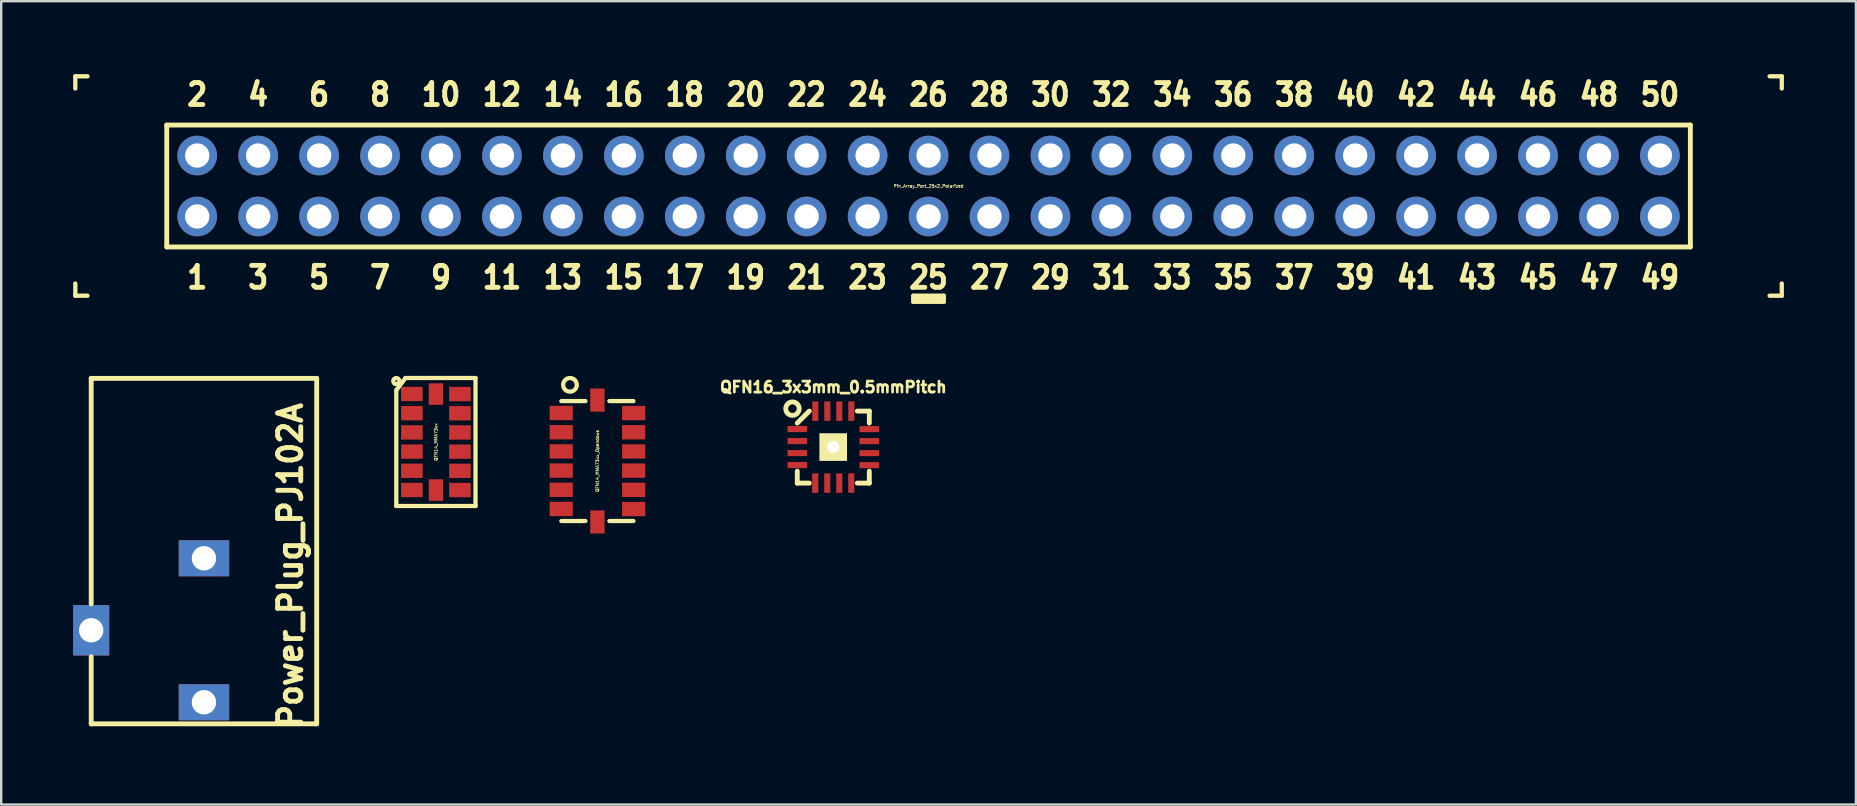
<source format=kicad_pcb>
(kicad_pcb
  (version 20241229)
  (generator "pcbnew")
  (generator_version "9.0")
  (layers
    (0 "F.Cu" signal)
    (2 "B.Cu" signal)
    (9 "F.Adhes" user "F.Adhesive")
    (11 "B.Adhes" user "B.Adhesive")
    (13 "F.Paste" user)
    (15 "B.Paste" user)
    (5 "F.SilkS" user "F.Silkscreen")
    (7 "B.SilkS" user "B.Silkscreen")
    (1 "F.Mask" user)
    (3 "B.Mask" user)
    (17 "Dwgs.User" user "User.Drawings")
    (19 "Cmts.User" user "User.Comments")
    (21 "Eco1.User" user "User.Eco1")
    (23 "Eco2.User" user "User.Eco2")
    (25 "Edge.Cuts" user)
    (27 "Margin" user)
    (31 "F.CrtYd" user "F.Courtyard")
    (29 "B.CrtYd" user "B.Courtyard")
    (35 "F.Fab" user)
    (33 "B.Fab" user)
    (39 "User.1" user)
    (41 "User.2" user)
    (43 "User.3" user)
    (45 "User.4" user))
  (footprint "Pin_Array_Port_25x2_Polarized"
    (layer "F.Cu")
    (at 35.649 4.702)
    (property "Reference" "Pin_Array_Port_25x2_Polarized" (at 0 0 0) (layer "F.SilkS") (effects (font (size 0.127 0.127) (thickness 0.025))))
    (attr through_hole)
    (fp_line (start -35.56 -4.572) (end -35.56 -4.064) (stroke (width 0.178) (type solid)) (layer "F.SilkS"))
    (fp_line (start -35.56 -4.572) (end -35.052 -4.572) (stroke (width 0.178) (type solid)) (layer "F.SilkS"))
    (fp_line (start -35.56 4.572) (end -35.56 4.064) (stroke (width 0.178) (type solid)) (layer "F.SilkS"))
    (fp_line (start -35.56 4.572) (end -35.052 4.572) (stroke (width 0.178) (type solid)) (layer "F.SilkS"))
    (fp_line (start -31.75 -2.54) (end 31.75 -2.54) (stroke (width 0.203) (type solid)) (layer "F.SilkS"))
    (fp_line (start -31.75 2.54) (end -31.75 -2.54) (stroke (width 0.203) (type solid)) (layer "F.SilkS"))
    (fp_line (start -0.635 4.572) (end 0.635 4.572) (stroke (width 0.178) (type solid)) (layer "F.SilkS"))
    (fp_line (start -0.635 4.699) (end 0.635 4.699) (stroke (width 0.178) (type solid)) (layer "F.SilkS"))
    (fp_line (start -0.635 4.826) (end -0.635 4.572) (stroke (width 0.178) (type solid)) (layer "F.SilkS"))
    (fp_line (start 0.635 4.572) (end 0.635 4.826) (stroke (width 0.178) (type solid)) (layer "F.SilkS"))
    (fp_line (start 0.635 4.826) (end -0.635 4.826) (stroke (width 0.178) (type solid)) (layer "F.SilkS"))
    (fp_line (start 31.75 -2.54) (end 31.75 2.54) (stroke (width 0.203) (type solid)) (layer "F.SilkS"))
    (fp_line (start 31.75 2.54) (end -31.75 2.54) (stroke (width 0.203) (type solid)) (layer "F.SilkS"))
    (fp_line (start 35.56 -4.572) (end 35.052 -4.572) (stroke (width 0.178) (type solid)) (layer "F.SilkS"))
    (fp_line (start 35.56 -4.572) (end 35.56 -4.064) (stroke (width 0.178) (type solid)) (layer "F.SilkS"))
    (fp_line (start 35.56 4.572) (end 35.052 4.572) (stroke (width 0.178) (type solid)) (layer "F.SilkS"))
    (fp_line (start 35.56 4.572) (end 35.56 4.064) (stroke (width 0.178) (type solid)) (layer "F.SilkS"))
    (fp_text user "24" (at -2.54 -3.81 0) (layer "F.SilkS") (effects (font (size 0.914 0.813) (thickness 0.203))))
    (fp_text user "45" (at 25.4 3.81 0) (layer "F.SilkS") (effects (font (size 0.914 0.813) (thickness 0.203))))
    (fp_text user "9" (at -20.32 3.81 0) (layer "F.SilkS") (effects (font (size 0.914 0.813) (thickness 0.203))))
    (fp_text user "5" (at -25.4 3.81 0) (layer "F.SilkS") (effects (font (size 0.914 0.813) (thickness 0.203))))
    (fp_text user "47" (at 27.94 3.81 0) (layer "F.SilkS") (effects (font (size 0.914 0.813) (thickness 0.203))))
    (fp_text user "16" (at -12.7 -3.81 0) (layer "F.SilkS") (effects (font (size 0.914 0.813) (thickness 0.203))))
    (fp_text user "41" (at 20.32 3.81 0) (layer "F.SilkS") (effects (font (size 0.914 0.813) (thickness 0.203))))
    (fp_text user "13" (at -15.24 3.81 0) (layer "F.SilkS") (effects (font (size 0.914 0.813) (thickness 0.203))))
    (fp_text user "12" (at -17.78 -3.81 0) (layer "F.SilkS") (effects (font (size 0.914 0.813) (thickness 0.203))))
    (fp_text user "27" (at 2.54 3.81 0) (layer "F.SilkS") (effects (font (size 0.914 0.813) (thickness 0.203))))
    (fp_text user "26" (at 0 -3.81 0) (layer "F.SilkS") (effects (font (size 0.914 0.813) (thickness 0.203))))
    (fp_text user "34" (at 10.16 -3.81 0) (layer "F.SilkS") (effects (font (size 0.914 0.813) (thickness 0.203))))
    (fp_text user "33" (at 10.16 3.81 0) (layer "F.SilkS") (effects (font (size 0.914 0.813) (thickness 0.203))))
    (fp_text user "42" (at 20.32 -3.81 0) (layer "F.SilkS") (effects (font (size 0.914 0.813) (thickness 0.203))))
    (fp_text user "22" (at -5.08 -3.81 0) (layer "F.SilkS") (effects (font (size 0.914 0.813) (thickness 0.203))))
    (fp_text user "39" (at 17.78 3.81 0) (layer "F.SilkS") (effects (font (size 0.914 0.813) (thickness 0.203))))
    (fp_text user "44" (at 22.86 -3.81 0) (layer "F.SilkS") (effects (font (size 0.914 0.813) (thickness 0.203))))
    (fp_text user "37" (at 15.24 3.81 0) (layer "F.SilkS") (effects (font (size 0.914 0.813) (thickness 0.203))))
    (fp_text user "6" (at -25.4 -3.81 0) (layer "F.SilkS") (effects (font (size 0.914 0.813) (thickness 0.203))))
    (fp_text user "8" (at -22.86 -3.81 0) (layer "F.SilkS") (effects (font (size 0.914 0.813) (thickness 0.203))))
    (fp_text user "14" (at -15.24 -3.81 0) (layer "F.SilkS") (effects (font (size 0.914 0.813) (thickness 0.203))))
    (fp_text user "23" (at -2.54 3.81 0) (layer "F.SilkS") (effects (font (size 0.914 0.813) (thickness 0.203))))
    (fp_text user "29" (at 5.08 3.81 0) (layer "F.SilkS") (effects (font (size 0.914 0.813) (thickness 0.203))))
    (fp_text user "35" (at 12.7 3.81 0) (layer "F.SilkS") (effects (font (size 0.914 0.813) (thickness 0.203))))
    (fp_text user "20" (at -7.62 -3.81 0) (layer "F.SilkS") (effects (font (size 0.914 0.813) (thickness 0.203))))
    (fp_text user "48" (at 27.94 -3.81 0) (layer "F.SilkS") (effects (font (size 0.914 0.813) (thickness 0.203))))
    (fp_text user "21" (at -5.08 3.81 0) (layer "F.SilkS") (effects (font (size 0.914 0.813) (thickness 0.203))))
    (fp_text user "7" (at -22.86 3.81 0) (layer "F.SilkS") (effects (font (size 0.914 0.813) (thickness 0.203))))
    (fp_text user "46" (at 25.4 -3.81 0) (layer "F.SilkS") (effects (font (size 0.914 0.813) (thickness 0.203))))
    (fp_text user "36" (at 12.7 -3.81 0) (layer "F.SilkS") (effects (font (size 0.914 0.813) (thickness 0.203))))
    (fp_text user "38" (at 15.24 -3.81 0) (layer "F.SilkS") (effects (font (size 0.914 0.813) (thickness 0.203))))
    (fp_text user "28" (at 2.54 -3.81 0) (layer "F.SilkS") (effects (font (size 0.914 0.813) (thickness 0.203))))
    (fp_text user "18" (at -10.16 -3.81 0) (layer "F.SilkS") (effects (font (size 0.914 0.813) (thickness 0.203))))
    (fp_text user "3" (at -27.94 3.81 0) (layer "F.SilkS") (effects (font (size 0.914 0.813) (thickness 0.203))))
    (fp_text user "17" (at -10.16 3.81 0) (layer "F.SilkS") (effects (font (size 0.914 0.813) (thickness 0.203))))
    (fp_text user "19" (at -7.62 3.81 0) (layer "F.SilkS") (effects (font (size 0.914 0.813) (thickness 0.203))))
    (fp_text user "40" (at 17.78 -3.81 0) (layer "F.SilkS") (effects (font (size 0.914 0.813) (thickness 0.203))))
    (fp_text user "15" (at -12.7 3.81 0) (layer "F.SilkS") (effects (font (size 0.914 0.813) (thickness 0.203))))
    (fp_text user "49" (at 30.48 3.81 0) (layer "F.SilkS") (effects (font (size 0.914 0.813) (thickness 0.203))))
    (fp_text user "31" (at 7.62 3.81 0) (layer "F.SilkS") (effects (font (size 0.914 0.813) (thickness 0.203))))
    (fp_text user "32" (at 7.62 -3.81 0) (layer "F.SilkS") (effects (font (size 0.914 0.813) (thickness 0.203))))
    (fp_text user "1" (at -30.48 3.81 0) (layer "F.SilkS") (effects (font (size 0.914 0.813) (thickness 0.203))))
    (fp_text user "50" (at 30.48 -3.81 0) (layer "F.SilkS") (effects (font (size 0.914 0.813) (thickness 0.203))))
    (fp_text user "25" (at 0 3.81 0) (layer "F.SilkS") (effects (font (size 0.914 0.813) (thickness 0.203))))
    (fp_text user "10" (at -20.32 -3.81 0) (layer "F.SilkS") (effects (font (size 0.914 0.813) (thickness 0.203))))
    (fp_text user "11" (at -17.78 3.81 0) (layer "F.SilkS") (effects (font (size 0.914 0.813) (thickness 0.203))))
    (fp_text user "4" (at -27.94 -3.81 0) (layer "F.SilkS") (effects (font (size 0.914 0.813) (thickness 0.203))))
    (fp_text user "2" (at -30.48 -3.81 0) (layer "F.SilkS") (effects (font (size 0.914 0.813) (thickness 0.203))))
    (fp_text user "30" (at 5.08 -3.81 0) (layer "F.SilkS") (effects (font (size 0.914 0.813) (thickness 0.203))))
    (fp_text user "43" (at 22.86 3.81 0) (layer "F.SilkS") (effects (font (size 0.914 0.813) (thickness 0.203))))
    (pad "1" thru_hole circle (at -30.48 1.27) (size 1.651 1.651) (drill 1.016) (layers "*.Cu" "*.Mask"))
    (pad "2" thru_hole circle (at -30.48 -1.27) (size 1.651 1.651) (drill 1.016) (layers "*.Cu" "*.Mask"))
    (pad "3" thru_hole circle (at -27.94 1.27) (size 1.651 1.651) (drill 1.016) (layers "*.Cu" "*.Mask"))
    (pad "4" thru_hole circle (at -27.94 -1.27) (size 1.651 1.651) (drill 1.016) (layers "*.Cu" "*.Mask"))
    (pad "5" thru_hole circle (at -25.4 1.27) (size 1.651 1.651) (drill 1.016) (layers "*.Cu" "*.Mask"))
    (pad "6" thru_hole circle (at -25.4 -1.27) (size 1.651 1.651) (drill 1.016) (layers "*.Cu" "*.Mask"))
    (pad "7" thru_hole circle (at -22.86 1.27) (size 1.651 1.651) (drill 1.016) (layers "*.Cu" "*.Mask"))
    (pad "8" thru_hole circle (at -22.86 -1.27) (size 1.651 1.651) (drill 1.016) (layers "*.Cu" "*.Mask"))
    (pad "9" thru_hole circle (at -20.32 1.27) (size 1.651 1.651) (drill 1.016) (layers "*.Cu" "*.Mask"))
    (pad "10" thru_hole circle (at -20.32 -1.27) (size 1.651 1.651) (drill 1.016) (layers "*.Cu" "*.Mask"))
    (pad "11" thru_hole circle (at -17.78 1.27) (size 1.651 1.651) (drill 1.016) (layers "*.Cu" "*.Mask"))
    (pad "12" thru_hole circle (at -17.78 -1.27) (size 1.651 1.651) (drill 1.016) (layers "*.Cu" "*.Mask"))
    (pad "13" thru_hole circle (at -15.24 1.27) (size 1.651 1.651) (drill 1.016) (layers "*.Cu" "*.Mask"))
    (pad "14" thru_hole circle (at -15.24 -1.27) (size 1.651 1.651) (drill 1.016) (layers "*.Cu" "*.Mask"))
    (pad "15" thru_hole circle (at -12.7 1.27) (size 1.651 1.651) (drill 1.016) (layers "*.Cu" "*.Mask"))
    (pad "16" thru_hole circle (at -12.7 -1.27) (size 1.651 1.651) (drill 1.016) (layers "*.Cu" "*.Mask"))
    (pad "17" thru_hole circle (at -10.16 1.27) (size 1.651 1.651) (drill 1.016) (layers "*.Cu" "*.Mask"))
    (pad "18" thru_hole circle (at -10.16 -1.27) (size 1.651 1.651) (drill 1.016) (layers "*.Cu" "*.Mask"))
    (pad "19" thru_hole circle (at -7.62 1.27) (size 1.651 1.651) (drill 1.016) (layers "*.Cu" "*.Mask"))
    (pad "20" thru_hole circle (at -7.62 -1.27) (size 1.651 1.651) (drill 1.016) (layers "*.Cu" "*.Mask"))
    (pad "21" thru_hole circle (at -5.08 1.27) (size 1.651 1.651) (drill 1.016) (layers "*.Cu" "*.Mask"))
    (pad "22" thru_hole circle (at -5.08 -1.27) (size 1.651 1.651) (drill 1.016) (layers "*.Cu" "*.Mask"))
    (pad "23" thru_hole circle (at -2.54 1.27) (size 1.651 1.651) (drill 1.016) (layers "*.Cu" "*.Mask"))
    (pad "24" thru_hole circle (at -2.54 -1.27) (size 1.651 1.651) (drill 1.016) (layers "*.Cu" "*.Mask"))
    (pad "25" thru_hole circle (at 0 1.27) (size 1.651 1.651) (drill 1.016) (layers "*.Cu" "*.Mask"))
    (pad "26" thru_hole circle (at 0 -1.27) (size 1.651 1.651) (drill 1.016) (layers "*.Cu" "*.Mask"))
    (pad "27" thru_hole circle (at 2.54 1.27) (size 1.651 1.651) (drill 1.016) (layers "*.Cu" "*.Mask"))
    (pad "28" thru_hole circle (at 2.54 -1.27) (size 1.651 1.651) (drill 1.016) (layers "*.Cu" "*.Mask"))
    (pad "29" thru_hole circle (at 5.08 1.27) (size 1.651 1.651) (drill 1.016) (layers "*.Cu" "*.Mask"))
    (pad "30" thru_hole circle (at 5.08 -1.27) (size 1.651 1.651) (drill 1.016) (layers "*.Cu" "*.Mask"))
    (pad "31" thru_hole circle (at 7.62 1.27) (size 1.651 1.651) (drill 1.016) (layers "*.Cu" "*.Mask"))
    (pad "32" thru_hole circle (at 7.62 -1.27) (size 1.651 1.651) (drill 1.016) (layers "*.Cu" "*.Mask"))
    (pad "33" thru_hole circle (at 10.16 1.27) (size 1.651 1.651) (drill 1.016) (layers "*.Cu" "*.Mask"))
    (pad "34" thru_hole circle (at 10.16 -1.27) (size 1.651 1.651) (drill 1.016) (layers "*.Cu" "*.Mask"))
    (pad "35" thru_hole circle (at 12.7 1.27) (size 1.651 1.651) (drill 1.016) (layers "*.Cu" "*.Mask"))
    (pad "36" thru_hole circle (at 12.7 -1.27) (size 1.651 1.651) (drill 1.016) (layers "*.Cu" "*.Mask"))
    (pad "37" thru_hole circle (at 15.24 1.27) (size 1.651 1.651) (drill 1.016) (layers "*.Cu" "*.Mask"))
    (pad "38" thru_hole circle (at 15.24 -1.27) (size 1.651 1.651) (drill 1.016) (layers "*.Cu" "*.Mask"))
    (pad "39" thru_hole circle (at 17.78 1.27) (size 1.651 1.651) (drill 1.016) (layers "*.Cu" "*.Mask"))
    (pad "40" thru_hole circle (at 17.78 -1.27) (size 1.651 1.651) (drill 1.016) (layers "*.Cu" "*.Mask"))
    (pad "41" thru_hole circle (at 20.32 1.27) (size 1.651 1.651) (drill 1.016) (layers "*.Cu" "*.Mask"))
    (pad "42" thru_hole circle (at 20.32 -1.27) (size 1.651 1.651) (drill 1.016) (layers "*.Cu" "*.Mask"))
    (pad "43" thru_hole circle (at 22.86 1.27) (size 1.651 1.651) (drill 1.016) (layers "*.Cu" "*.Mask"))
    (pad "44" thru_hole circle (at 22.86 -1.27) (size 1.651 1.651) (drill 1.016) (layers "*.Cu" "*.Mask"))
    (pad "45" thru_hole circle (at 25.4 1.27) (size 1.651 1.651) (drill 1.016) (layers "*.Cu" "*.Mask"))
    (pad "46" thru_hole circle (at 25.4 -1.27) (size 1.651 1.651) (drill 1.016) (layers "*.Cu" "*.Mask"))
    (pad "47" thru_hole circle (at 27.94 1.27) (size 1.651 1.651) (drill 1.016) (layers "*.Cu" "*.Mask"))
    (pad "48" thru_hole circle (at 27.94 -1.27) (size 1.651 1.651) (drill 1.016) (layers "*.Cu" "*.Mask"))
    (pad "49" thru_hole circle (at 30.48 1.27) (size 1.651 1.651) (drill 1.016) (layers "*.Cu" "*.Mask"))
    (pad "50" thru_hole circle (at 30.48 -1.27) (size 1.651 1.651) (drill 1.016) (layers "*.Cu" "*.Mask")))
  (footprint "QFN16_3x3mm_0.5mmPitch"
    (layer "F.Cu")
    (at 31.679 15.584)
    (property "Reference" "QFN16_3x3mm_0.5mmPitch" (at 0 -2.499 0) (layer "F.SilkS") (effects (font (size 0.457 0.457) (thickness 0.114))))
    (attr smd)
    (fp_line (start -1.501 1.501) (end -1.501 1.001) (stroke (width 0.203) (type solid)) (layer "F.SilkS"))
    (fp_line (start -1.501 1.501) (end -1.001 1.501) (stroke (width 0.203) (type solid)) (layer "F.SilkS"))
    (fp_line (start -1.001 -1.501) (end -1.501 -1.001) (stroke (width 0.203) (type solid)) (layer "F.SilkS"))
    (fp_line (start 1.501 -1.501) (end 1.001 -1.501) (stroke (width 0.203) (type solid)) (layer "F.SilkS"))
    (fp_line (start 1.501 -1.501) (end 1.501 -1.001) (stroke (width 0.203) (type solid)) (layer "F.SilkS"))
    (fp_line (start 1.501 1.501) (end 1.001 1.501) (stroke (width 0.203) (type solid)) (layer "F.SilkS"))
    (fp_line (start 1.501 1.501) (end 1.501 1.001) (stroke (width 0.203) (type solid)) (layer "F.SilkS"))
    (fp_circle (center -1.702 -1.603) (end -1.9 -1.801) (stroke (width 0.203) (type solid)) (fill no) (layer "F.SilkS"))
    (pad "1" smd rect (at -1.499 -0.752 90) (size 0.254 0.813) (layers "F.Cu" "F.Mask" "F.Paste"))
    (pad "2" smd rect (at -1.499 -0.251 90) (size 0.254 0.813) (layers "F.Cu" "F.Mask" "F.Paste"))
    (pad "3" smd rect (at -1.499 0.249 90) (size 0.254 0.813) (layers "F.Cu" "F.Mask" "F.Paste"))
    (pad "4" smd rect (at -1.499 0.749 90) (size 0.254 0.813) (layers "F.Cu" "F.Mask" "F.Paste"))
    (pad "5" smd rect (at -0.752 1.499) (size 0.254 0.813) (layers "F.Cu" "F.Mask" "F.Paste"))
    (pad "6" smd rect (at -0.251 1.499) (size 0.254 0.813) (layers "F.Cu" "F.Mask" "F.Paste"))
    (pad "7" smd rect (at 0.249 1.499) (size 0.254 0.813) (layers "F.Cu" "F.Mask" "F.Paste"))
    (pad "8" smd rect (at 0.749 1.499) (size 0.254 0.813) (layers "F.Cu" "F.Mask" "F.Paste"))
    (pad "9" smd rect (at 1.499 0.752 270) (size 0.254 0.813) (layers "F.Cu" "F.Mask" "F.Paste"))
    (pad "10" smd rect (at 1.499 0.251 270) (size 0.254 0.813) (layers "F.Cu" "F.Mask" "F.Paste"))
    (pad "11" smd rect (at 1.499 -0.249 270) (size 0.254 0.813) (layers "F.Cu" "F.Mask" "F.Paste"))
    (pad "12" smd rect (at 1.499 -0.749 270) (size 0.254 0.813) (layers "F.Cu" "F.Mask" "F.Paste"))
    (pad "13" smd rect (at 0.752 -1.499) (size 0.254 0.813) (layers "F.Cu" "F.Mask" "F.Paste"))
    (pad "14" smd rect (at 0.251 -1.499) (size 0.254 0.813) (layers "F.Cu" "F.Mask" "F.Paste"))
    (pad "15" smd rect (at -0.249 -1.499) (size 0.254 0.813) (layers "F.Cu" "F.Mask" "F.Paste"))
    (pad "16" smd rect (at -0.749 -1.499) (size 0.254 0.813) (layers "F.Cu" "F.Mask" "F.Paste"))
    (pad "17" thru_hole rect (at 0 0) (size 1.143 1.143) (drill 0.508) (layers "*.Cu" "*.Mask" "F.SilkS")))
  (footprint "QFN14_MMA73xx_Opendous"
    (layer "F.Cu")
    (at 21.848 16.164)
    (property "Reference" "QFN14_MMA73xx_Opendous" (at 0 0 90) (layer "F.SilkS") (effects (font (size 0.127 0.127) (thickness 0.025))))
    (attr smd)
    (fp_line (start -0.5 -2.499) (end -1.501 -2.499) (stroke (width 0.178) (type solid)) (layer "F.SilkS"))
    (fp_line (start -0.5 2.499) (end -1.501 2.499) (stroke (width 0.178) (type solid)) (layer "F.SilkS"))
    (fp_line (start 1.501 -2.499) (end 0.5 -2.499) (stroke (width 0.178) (type solid)) (layer "F.SilkS"))
    (fp_line (start 1.501 2.499) (end 0.5 2.499) (stroke (width 0.178) (type solid)) (layer "F.SilkS"))
    (fp_circle (center -1.143 -3.175) (end -1.27 -3.429) (stroke (width 0.178) (type solid)) (fill no) (layer "F.SilkS"))
    (pad "1" smd rect (at -1.509 -2.002 90) (size 0.599 0.965) (layers "F.Cu" "F.Mask" "F.Paste"))
    (pad "2" smd rect (at -1.509 -1.201 90) (size 0.599 0.965) (layers "F.Cu" "F.Mask" "F.Paste"))
    (pad "3" smd rect (at -1.509 -0.401 90) (size 0.599 0.965) (layers "F.Cu" "F.Mask" "F.Paste"))
    (pad "4" smd rect (at -1.509 0.399 90) (size 0.599 0.965) (layers "F.Cu" "F.Mask" "F.Paste"))
    (pad "5" smd rect (at -1.509 1.199 90) (size 0.599 0.965) (layers "F.Cu" "F.Mask" "F.Paste"))
    (pad "6" smd rect (at -1.509 1.999 90) (size 0.599 0.965) (layers "F.Cu" "F.Mask" "F.Paste"))
    (pad "7" smd rect (at 0 2.54) (size 0.599 0.965) (layers "F.Cu" "F.Mask" "F.Paste"))
    (pad "8" smd rect (at 1.509 2.002 270) (size 0.599 0.965) (layers "F.Cu" "F.Mask" "F.Paste"))
    (pad "9" smd rect (at 1.509 1.201 270) (size 0.599 0.965) (layers "F.Cu" "F.Mask" "F.Paste"))
    (pad "10" smd rect (at 1.509 0.401 270) (size 0.599 0.965) (layers "F.Cu" "F.Mask" "F.Paste"))
    (pad "11" smd rect (at 1.509 -0.399 270) (size 0.599 0.965) (layers "F.Cu" "F.Mask" "F.Paste"))
    (pad "12" smd rect (at 1.509 -1.199 270) (size 0.599 0.965) (layers "F.Cu" "F.Mask" "F.Paste"))
    (pad "13" smd rect (at 1.509 -1.999 270) (size 0.599 0.965) (layers "F.Cu" "F.Mask" "F.Paste"))
    (pad "14" smd rect (at 0 -2.54) (size 0.599 0.965) (layers "F.Cu" "F.Mask" "F.Paste")))
  (footprint "Power_Plug_PJ102A"
    (layer "F.Cu")
    (at 5.45 23.218)
    (property "Reference" "Power_Plug_PJ102A" (at 3.599 -2.7 90) (layer "F.SilkS") (effects (font (size 0.965 0.914) (thickness 0.203))))
    (attr through_hole)
    (fp_line (start -4.699 -10.5) (end -4.699 -1.1) (stroke (width 0.203) (type solid)) (layer "F.SilkS"))
    (fp_line (start -4.699 1.1) (end -4.699 3.899) (stroke (width 0.203) (type solid)) (layer "F.SilkS"))
    (fp_line (start -4.699 3.899) (end 4.699 3.899) (stroke (width 0.203) (type solid)) (layer "F.SilkS"))
    (fp_line (start 4.699 -10.5) (end -4.699 -10.5) (stroke (width 0.203) (type solid)) (layer "F.SilkS"))
    (fp_line (start 4.699 3.899) (end 4.699 -10.5) (stroke (width 0.203) (type solid)) (layer "F.SilkS"))
    (pad "1" thru_hole rect (at 0 3) (size 2.101 1.501) (drill 1.016) (layers "*.Cu" "*.Mask"))
    (pad "2" thru_hole rect (at 0 -3) (size 2.101 1.501) (drill 1.016) (layers "*.Cu" "*.Mask"))
    (pad "3" thru_hole rect (at -4.699 0) (size 1.501 2.101) (drill 1.016) (layers "*.Cu" "*.Mask")))
  (footprint "QFN14_MMA73xx"
    (layer "F.Cu")
    (at 15.117 15.372)
    (property "Reference" "QFN14_MMA73xx" (at 0 0 90) (layer "F.SilkS") (effects (font (size 0.127 0.127) (thickness 0.025))))
    (attr smd)
    (fp_line (start -1.651 -2.159) (end -1.651 2.667) (stroke (width 0.178) (type solid)) (layer "F.SilkS"))
    (fp_line (start -1.651 -2.159) (end -1.27 -2.667) (stroke (width 0.178) (type solid)) (layer "F.SilkS"))
    (fp_line (start -1.651 2.667) (end 1.651 2.667) (stroke (width 0.178) (type solid)) (layer "F.SilkS"))
    (fp_line (start 1.651 -2.667) (end -1.27 -2.667) (stroke (width 0.178) (type solid)) (layer "F.SilkS"))
    (fp_line (start 1.651 -2.667) (end 1.651 2.667) (stroke (width 0.178) (type solid)) (layer "F.SilkS"))
    (fp_circle (center -1.651 -2.54) (end -1.651 -2.667) (stroke (width 0.178) (type solid)) (fill no) (layer "F.SilkS"))
    (pad "1" smd rect (at -1.001 -2.002 90) (size 0.599 0.899) (layers "F.Cu" "F.Mask" "F.Paste"))
    (pad "2" smd rect (at -1.001 -1.201 90) (size 0.599 0.899) (layers "F.Cu" "F.Mask" "F.Paste"))
    (pad "3" smd rect (at -1.001 -0.401 90) (size 0.599 0.899) (layers "F.Cu" "F.Mask" "F.Paste"))
    (pad "4" smd rect (at -1.001 0.399 90) (size 0.599 0.899) (layers "F.Cu" "F.Mask" "F.Paste"))
    (pad "5" smd rect (at -1.001 1.199 90) (size 0.599 0.899) (layers "F.Cu" "F.Mask" "F.Paste"))
    (pad "6" smd rect (at -1.001 1.999 90) (size 0.599 0.899) (layers "F.Cu" "F.Mask" "F.Paste"))
    (pad "7" smd rect (at 0 2.002) (size 0.599 0.899) (layers "F.Cu" "F.Mask" "F.Paste"))
    (pad "8" smd rect (at 1.001 2.002 270) (size 0.599 0.899) (layers "F.Cu" "F.Mask" "F.Paste"))
    (pad "9" smd rect (at 1.001 1.201 270) (size 0.599 0.899) (layers "F.Cu" "F.Mask" "F.Paste"))
    (pad "10" smd rect (at 1.001 0.401 270) (size 0.599 0.899) (layers "F.Cu" "F.Mask" "F.Paste"))
    (pad "11" smd rect (at 1.001 -0.399 270) (size 0.599 0.899) (layers "F.Cu" "F.Mask" "F.Paste"))
    (pad "12" smd rect (at 1.001 -1.199 270) (size 0.599 0.899) (layers "F.Cu" "F.Mask" "F.Paste"))
    (pad "13" smd rect (at 1.001 -1.999 270) (size 0.599 0.899) (layers "F.Cu" "F.Mask" "F.Paste"))
    (pad "14" smd rect (at 0 -1.999) (size 0.599 0.899) (layers "F.Cu" "F.Mask" "F.Paste")))
  (gr_rect
    (start -3 -3)
    (end 74.298 30.481)
    (stroke (width 0.1) (type default))
    (fill no)
    (layer "Edge.Cuts")))
</source>
